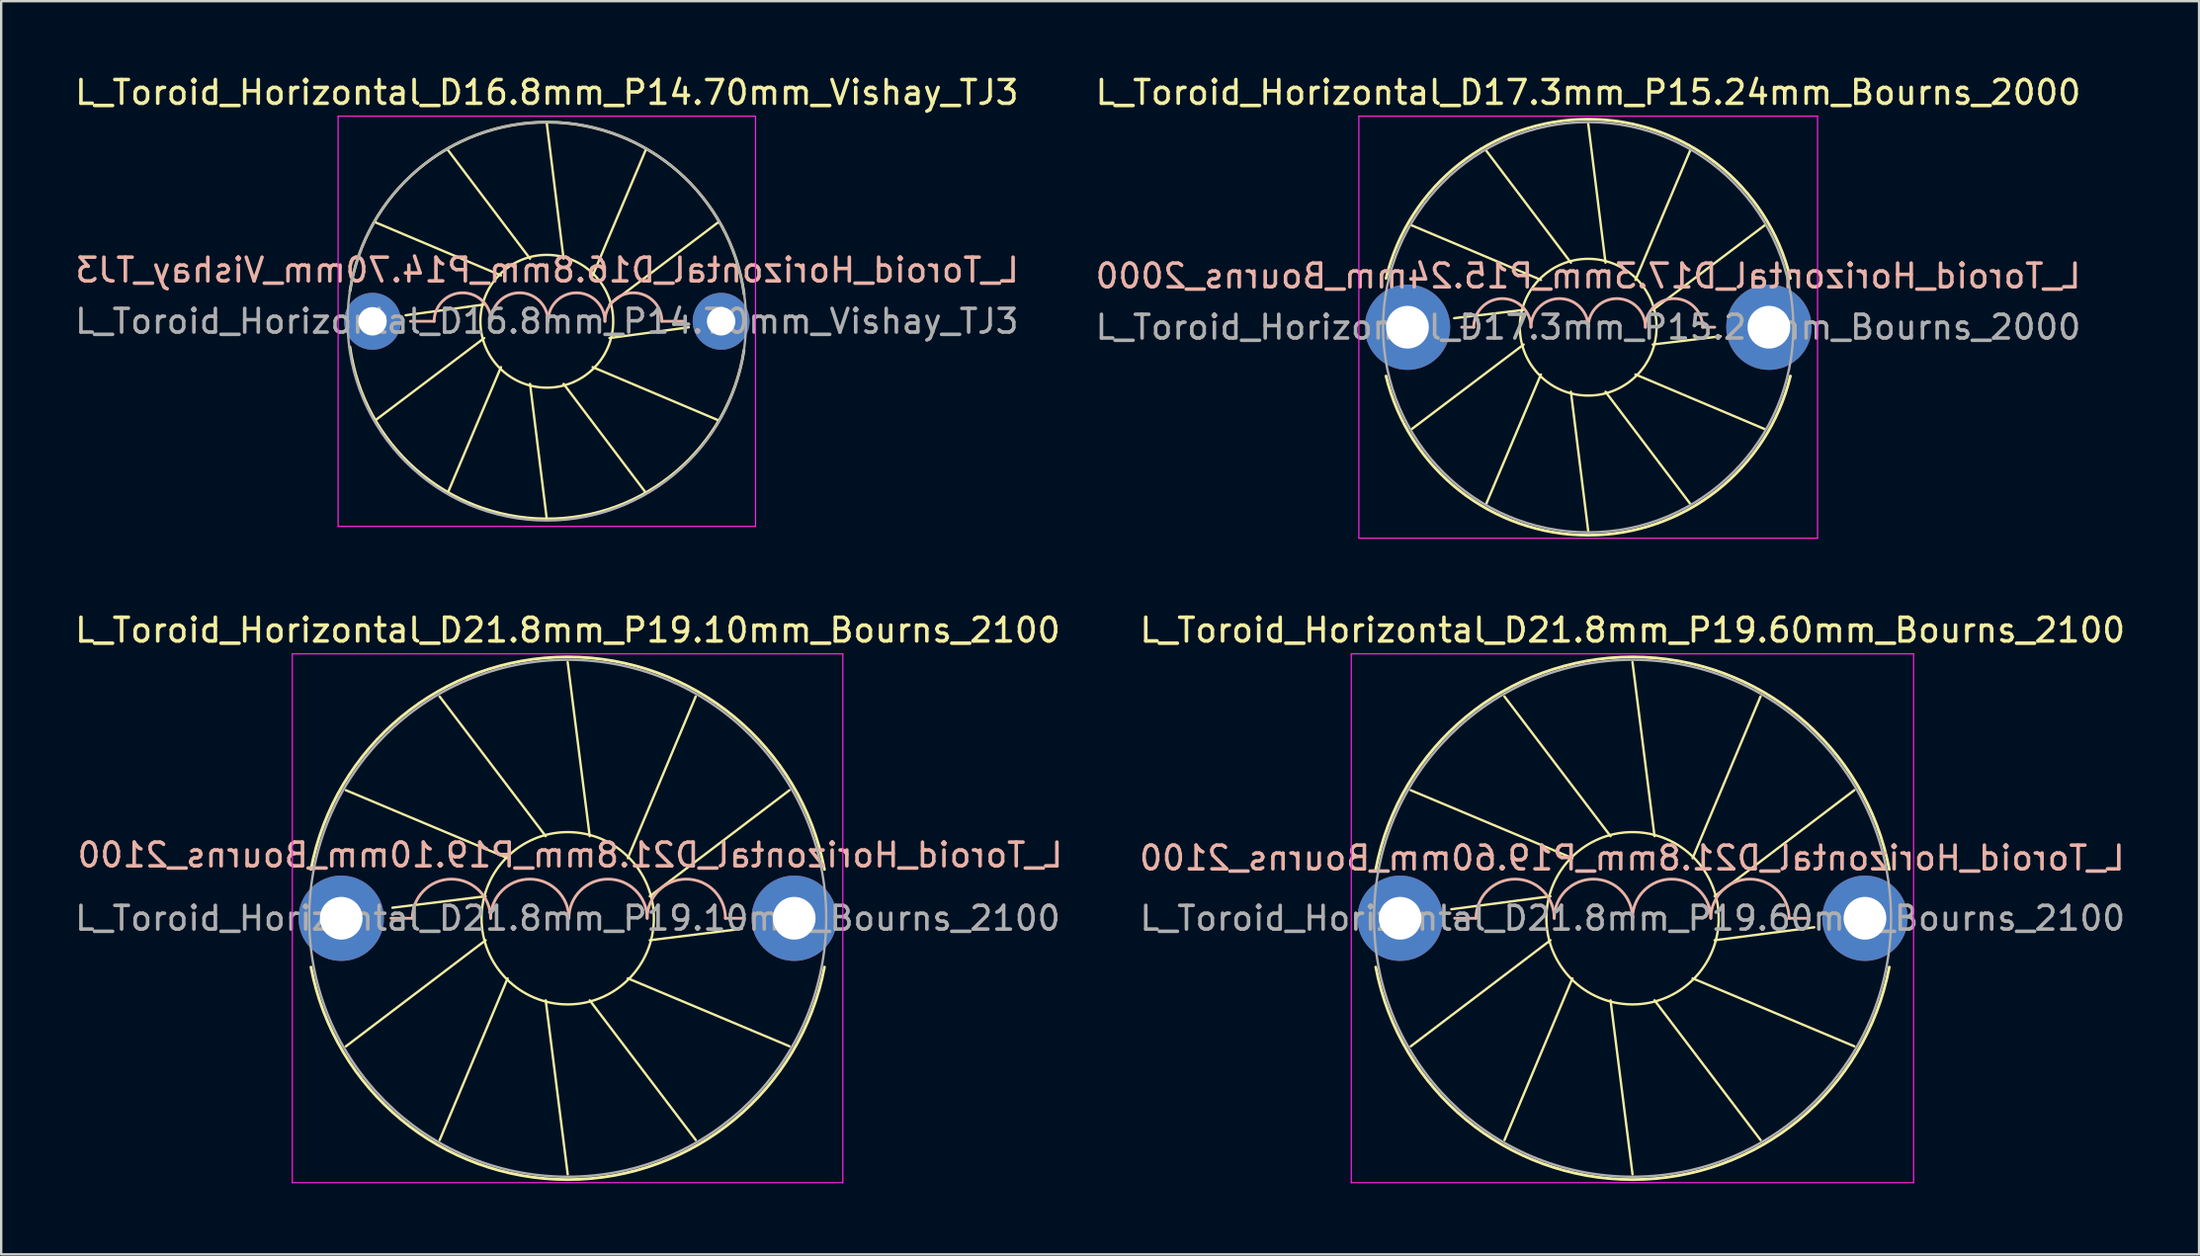
<source format=kicad_pcb>
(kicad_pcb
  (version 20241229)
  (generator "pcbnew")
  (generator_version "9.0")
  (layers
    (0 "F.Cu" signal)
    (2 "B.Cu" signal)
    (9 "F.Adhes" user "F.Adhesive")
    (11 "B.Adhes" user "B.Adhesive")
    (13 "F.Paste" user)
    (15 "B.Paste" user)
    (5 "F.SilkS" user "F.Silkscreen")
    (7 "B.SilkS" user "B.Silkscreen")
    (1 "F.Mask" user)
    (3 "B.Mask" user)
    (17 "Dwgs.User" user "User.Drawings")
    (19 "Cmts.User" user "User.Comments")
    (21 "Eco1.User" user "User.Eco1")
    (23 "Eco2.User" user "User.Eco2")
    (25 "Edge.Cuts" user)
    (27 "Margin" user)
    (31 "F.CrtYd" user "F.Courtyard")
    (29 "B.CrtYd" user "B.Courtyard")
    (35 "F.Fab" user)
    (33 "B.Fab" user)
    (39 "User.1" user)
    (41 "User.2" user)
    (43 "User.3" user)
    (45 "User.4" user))
  (footprint "L_Toroid_Horizontal_D17.3mm_P15.24mm_Bourns_2000"
    (layer "F.Cu")
    (at 56.295 10.748)
    (property "Reference" "L_Toroid_Horizontal_D17.3mm_P15.24mm_Bourns_2000" (at 7.62 -9.9 0) (layer "F.SilkS") (effects (font (size 1 1) (thickness 0.15))))
    (fp_line (start 0.176 -4.296) (end 5.627 -1.993) (stroke (width 0.1) (type solid)) (layer "F.SilkS"))
    (fp_line (start 0.177 4.298) (end 4.898 0.73) (stroke (width 0.1) (type solid)) (layer "F.SilkS"))
    (fp_line (start 1.968 -0.381) (end 4.897 -0.729) (stroke (width 0.1) (type solid)) (layer "F.SilkS"))
    (fp_line (start 3.322 -7.443) (end 6.89 -2.722) (stroke (width 0.1) (type solid)) (layer "F.SilkS"))
    (fp_line (start 3.323 7.443) (end 5.627 1.993) (stroke (width 0.1) (type solid)) (layer "F.SilkS"))
    (fp_line (start 7.619 -8.595) (end 8.349 -2.723) (stroke (width 0.1) (type solid)) (layer "F.SilkS"))
    (fp_line (start 7.62 8.595) (end 6.891 2.723) (stroke (width 0.1) (type solid)) (layer "F.SilkS"))
    (fp_line (start 11.916 -7.444) (end 9.613 -1.993) (stroke (width 0.1) (type solid)) (layer "F.SilkS"))
    (fp_line (start 11.918 7.443) (end 8.35 2.723) (stroke (width 0.1) (type solid)) (layer "F.SilkS"))
    (fp_line (start 13.208 0.381) (end 10.343 0.729) (stroke (width 0.1) (type solid)) (layer "F.SilkS"))
    (fp_line (start 15.062 -4.299) (end 10.342 -0.73) (stroke (width 0.1) (type solid)) (layer "F.SilkS"))
    (fp_line (start 15.063 4.297) (end 9.613 1.993) (stroke (width 0.1) (type solid)) (layer "F.SilkS"))
    (fp_arc (start -0.904629 -2.06) (mid 7.62 -8.77) (end 16.144629 -2.06) (stroke (width 0.12) (type solid)) (layer "F.SilkS"))
    (fp_arc (start 16.144629 2.06) (mid 7.62 8.77) (end -0.904629 2.06) (stroke (width 0.12) (type solid)) (layer "F.SilkS"))
    (fp_circle (center 7.62 0) (end 10.503 0) (stroke (width 0.1) (type solid)) (fill no) (layer "F.SilkS"))
    (fp_line (start 2.286 0) (end 2.794 0) (stroke (width 0.12) (type solid)) (layer "B.SilkS"))
    (fp_line (start 12.954 0) (end 12.446 0) (stroke (width 0.12) (type solid)) (layer "B.SilkS"))
    (fp_arc (start 2.794 0) (mid 4.0005 -1.2065) (end 5.207 0) (stroke (width 0.12) (type solid)) (layer "B.SilkS"))
    (fp_arc (start 5.207 0) (mid 6.4135 -1.2065) (end 7.62 0) (stroke (width 0.12) (type solid)) (layer "B.SilkS"))
    (fp_arc (start 7.62 0) (mid 8.8265 -1.2065) (end 10.033 0) (stroke (width 0.12) (type solid)) (layer "B.SilkS"))
    (fp_arc (start 10.033 0) (mid 11.2395 -1.2065) (end 12.446 0) (stroke (width 0.12) (type solid)) (layer "B.SilkS"))
    (fp_line (start -2.05 -8.9) (end -2.05 8.9) (stroke (width 0.05) (type solid)) (layer "F.CrtYd"))
    (fp_line (start -2.05 8.9) (end 17.29 8.9) (stroke (width 0.05) (type solid)) (layer "F.CrtYd"))
    (fp_line (start 17.29 -8.9) (end -2.05 -8.9) (stroke (width 0.05) (type solid)) (layer "F.CrtYd"))
    (fp_line (start 17.29 8.9) (end 17.29 -8.9) (stroke (width 0.05) (type solid)) (layer "F.CrtYd"))
    (fp_circle (center 7.62 0) (end 16.27 0) (stroke (width 0.1) (type solid)) (fill no) (layer "F.Fab"))
    (fp_text user "${REFERENCE}" (at 7.62 -2.159 0) (layer "B.SilkS") (effects (font (size 1 1) (thickness 0.15)) (justify mirror)))
    (fp_text user "${REFERENCE}" (at 7.62 0 0) (layer "F.Fab") (effects (font (size 1 1) (thickness 0.15))))
    (pad "1" thru_hole circle (at 0 0) (size 3.6 3.6) (drill 1.8) (layers "*.Cu" "*.Mask"))
    (pad "2" thru_hole circle (at 15.24 0) (size 3.6 3.6) (drill 1.8) (layers "*.Cu" "*.Mask")))
  (footprint "L_Toroid_Horizontal_D21.8mm_P19.60mm_Bourns_2100"
    (layer "F.Cu")
    (at 55.984 35.672)
    (property "Reference" "L_Toroid_Horizontal_D21.8mm_P19.60mm_Bourns_2100" (at 9.8 -12.15 0) (layer "F.SilkS") (effects (font (size 1 1) (thickness 0.15))))
    (fp_line (start 0.447 -5.399) (end 7.266 -2.534) (stroke (width 0.1) (type solid)) (layer "F.SilkS"))
    (fp_line (start 0.448 5.401) (end 6.339 0.928) (stroke (width 0.1) (type solid)) (layer "F.SilkS"))
    (fp_line (start 2.159 -0.381) (end 6.338 -0.927) (stroke (width 0.1) (type solid)) (layer "F.SilkS"))
    (fp_line (start 4.399 -9.352) (end 8.872 -3.461) (stroke (width 0.1) (type solid)) (layer "F.SilkS"))
    (fp_line (start 4.401 9.353) (end 7.266 2.534) (stroke (width 0.1) (type solid)) (layer "F.SilkS"))
    (fp_line (start 9.798 -10.8) (end 10.727 -3.462) (stroke (width 0.1) (type solid)) (layer "F.SilkS"))
    (fp_line (start 9.8 10.8) (end 8.873 3.462) (stroke (width 0.1) (type solid)) (layer "F.SilkS"))
    (fp_line (start 15.198 -9.354) (end 12.334 -2.534) (stroke (width 0.1) (type solid)) (layer "F.SilkS"))
    (fp_line (start 15.2 9.353) (end 10.728 3.461) (stroke (width 0.1) (type solid)) (layer "F.SilkS"))
    (fp_line (start 17.462 0.381) (end 13.262 0.927) (stroke (width 0.1) (type solid)) (layer "F.SilkS"))
    (fp_line (start 19.152 -5.401) (end 13.261 -0.928) (stroke (width 0.1) (type solid)) (layer "F.SilkS"))
    (fp_line (start 19.153 5.4) (end 12.334 2.534) (stroke (width 0.1) (type solid)) (layer "F.SilkS"))
    (fp_arc (start -1.025747 -2.06) (mid 9.8 -11.02) (end 20.625747 -2.06) (stroke (width 0.12) (type solid)) (layer "F.SilkS"))
    (fp_arc (start 20.625747 2.06) (mid 9.8 11.02) (end -1.025747 2.06) (stroke (width 0.12) (type solid)) (layer "F.SilkS"))
    (fp_circle (center 9.8 0) (end 13.433 0) (stroke (width 0.1) (type solid)) (fill no) (layer "F.SilkS"))
    (fp_line (start 2.3 0) (end 3.2 0) (stroke (width 0.12) (type solid)) (layer "B.SilkS"))
    (fp_line (start 16.4 0) (end 17.2 0) (stroke (width 0.12) (type solid)) (layer "B.SilkS"))
    (fp_arc (start 3.2 0) (mid 4.85 -1.65) (end 6.5 0) (stroke (width 0.12) (type solid)) (layer "B.SilkS"))
    (fp_arc (start 6.5 0) (mid 8.15 -1.65) (end 9.8 0) (stroke (width 0.12) (type solid)) (layer "B.SilkS"))
    (fp_arc (start 9.8 0) (mid 11.45 -1.65) (end 13.1 0) (stroke (width 0.12) (type solid)) (layer "B.SilkS"))
    (fp_arc (start 13.1 0) (mid 14.75 -1.65) (end 16.4 0) (stroke (width 0.12) (type solid)) (layer "B.SilkS"))
    (fp_line (start -2.06 -11.15) (end -2.06 11.15) (stroke (width 0.05) (type solid)) (layer "F.CrtYd"))
    (fp_line (start -2.06 11.15) (end 21.65 11.15) (stroke (width 0.05) (type solid)) (layer "F.CrtYd"))
    (fp_line (start 21.65 -11.15) (end -2.06 -11.15) (stroke (width 0.05) (type solid)) (layer "F.CrtYd"))
    (fp_line (start 21.65 11.15) (end 21.65 -11.15) (stroke (width 0.05) (type solid)) (layer "F.CrtYd"))
    (fp_circle (center 9.8 0) (end 20.7 0) (stroke (width 0.1) (type solid)) (fill no) (layer "F.Fab"))
    (fp_text user "${REFERENCE}" (at 9.779 -2.54 0) (layer "B.SilkS") (effects (font (size 1 1) (thickness 0.15)) (justify mirror)))
    (fp_text user "${REFERENCE}" (at 9.8 0 0) (layer "F.Fab") (effects (font (size 1 1) (thickness 0.15))))
    (pad "1" thru_hole circle (at 0 0) (size 3.6 3.6) (drill 1.8) (layers "*.Cu" "*.Mask"))
    (pad "2" thru_hole circle (at 19.6 0) (size 3.6 3.6) (drill 1.8) (layers "*.Cu" "*.Mask")))
  (footprint "L_Toroid_Horizontal_D21.8mm_P19.10mm_Bourns_2100"
    (layer "F.Cu")
    (at 11.337 35.672)
    (property "Reference" "L_Toroid_Horizontal_D21.8mm_P19.10mm_Bourns_2100" (at 9.55 -12.15 0) (layer "F.SilkS") (effects (font (size 1 1) (thickness 0.15))))
    (fp_line (start 0.197 -5.399) (end 7.016 -2.534) (stroke (width 0.1) (type solid)) (layer "F.SilkS"))
    (fp_line (start 0.198 5.401) (end 6.089 0.928) (stroke (width 0.1) (type solid)) (layer "F.SilkS"))
    (fp_line (start 2.159 -0.445) (end 6.088 -0.927) (stroke (width 0.1) (type solid)) (layer "F.SilkS"))
    (fp_line (start 4.149 -9.352) (end 8.622 -3.461) (stroke (width 0.1) (type solid)) (layer "F.SilkS"))
    (fp_line (start 4.151 9.353) (end 7.016 2.534) (stroke (width 0.1) (type solid)) (layer "F.SilkS"))
    (fp_line (start 9.548 -10.8) (end 10.477 -3.462) (stroke (width 0.1) (type solid)) (layer "F.SilkS"))
    (fp_line (start 9.55 10.8) (end 8.623 3.462) (stroke (width 0.1) (type solid)) (layer "F.SilkS"))
    (fp_line (start 14.948 -9.354) (end 12.084 -2.534) (stroke (width 0.1) (type solid)) (layer "F.SilkS"))
    (fp_line (start 14.95 9.353) (end 10.478 3.461) (stroke (width 0.1) (type solid)) (layer "F.SilkS"))
    (fp_line (start 16.891 0.445) (end 13.011 0.927) (stroke (width 0.1) (type solid)) (layer "F.SilkS"))
    (fp_line (start 18.902 -5.401) (end 13.011 -0.928) (stroke (width 0.1) (type solid)) (layer "F.SilkS"))
    (fp_line (start 18.903 5.4) (end 12.084 2.534) (stroke (width 0.1) (type solid)) (layer "F.SilkS"))
    (fp_arc (start -1.275747 -2.06) (mid 9.55 -11.02) (end 20.375747 -2.06) (stroke (width 0.12) (type solid)) (layer "F.SilkS"))
    (fp_arc (start 20.375747 2.06) (mid 9.55 11.02) (end -1.275747 2.06) (stroke (width 0.12) (type solid)) (layer "F.SilkS"))
    (fp_circle (center 9.55 0) (end 13.183 0) (stroke (width 0.1) (type solid)) (fill no) (layer "F.SilkS"))
    (fp_line (start 2.1 0) (end 3 0) (stroke (width 0.12) (type solid)) (layer "B.SilkS"))
    (fp_line (start 16.2 0) (end 17 0) (stroke (width 0.12) (type solid)) (layer "B.SilkS"))
    (fp_arc (start 3 0) (mid 4.65 -1.65) (end 6.3 0) (stroke (width 0.12) (type solid)) (layer "B.SilkS"))
    (fp_arc (start 6.3 0) (mid 7.95 -1.65) (end 9.6 0) (stroke (width 0.12) (type solid)) (layer "B.SilkS"))
    (fp_arc (start 9.6 0) (mid 11.25 -1.65) (end 12.9 0) (stroke (width 0.12) (type solid)) (layer "B.SilkS"))
    (fp_arc (start 12.9 0) (mid 14.55 -1.65) (end 16.2 0) (stroke (width 0.12) (type solid)) (layer "B.SilkS"))
    (fp_line (start -2.06 -11.15) (end -2.06 11.15) (stroke (width 0.05) (type solid)) (layer "F.CrtYd"))
    (fp_line (start -2.06 11.15) (end 21.15 11.15) (stroke (width 0.05) (type solid)) (layer "F.CrtYd"))
    (fp_line (start 21.15 -11.15) (end -2.06 -11.15) (stroke (width 0.05) (type solid)) (layer "F.CrtYd"))
    (fp_line (start 21.15 11.15) (end 21.15 -11.15) (stroke (width 0.05) (type solid)) (layer "F.CrtYd"))
    (fp_circle (center 9.55 0) (end 20.45 0) (stroke (width 0.1) (type solid)) (fill no) (layer "F.Fab"))
    (fp_text user "${REFERENCE}" (at 9.652 -2.667 0) (layer "B.SilkS") (effects (font (size 1 1) (thickness 0.15)) (justify mirror)))
    (fp_text user "${REFERENCE}" (at 9.55 0 0) (layer "F.Fab") (effects (font (size 1 1) (thickness 0.15))))
    (pad "1" thru_hole circle (at 0 0) (size 3.6 3.6) (drill 1.8) (layers "*.Cu" "*.Mask"))
    (pad "2" thru_hole circle (at 19.1 0) (size 3.6 3.6) (drill 1.8) (layers "*.Cu" "*.Mask")))
  (footprint "L_Toroid_Horizontal_D16.8mm_P14.70mm_Vishay_TJ3"
    (layer "F.Cu")
    (at 12.656 10.498)
    (property "Reference" "L_Toroid_Horizontal_D16.8mm_P14.70mm_Vishay_TJ3" (at 7.35 -9.65 0) (layer "F.SilkS") (effects (font (size 1 1) (thickness 0.15))))
    (fp_line (start 0.119 -4.174) (end 5.417 -1.933) (stroke (width 0.1) (type solid)) (layer "F.SilkS"))
    (fp_line (start 0.119 4.175) (end 4.71 0.708) (stroke (width 0.1) (type solid)) (layer "F.SilkS"))
    (fp_line (start 1.397 -0.254) (end 4.709 -0.707) (stroke (width 0.1) (type solid)) (layer "F.SilkS"))
    (fp_line (start 3.174 -7.23) (end 6.642 -2.64) (stroke (width 0.1) (type solid)) (layer "F.SilkS"))
    (fp_line (start 3.176 7.231) (end 5.417 1.933) (stroke (width 0.1) (type solid)) (layer "F.SilkS"))
    (fp_line (start 7.349 -8.35) (end 8.057 -2.641) (stroke (width 0.1) (type solid)) (layer "F.SilkS"))
    (fp_line (start 7.35 8.35) (end 6.643 2.64) (stroke (width 0.1) (type solid)) (layer "F.SilkS"))
    (fp_line (start 11.524 -7.232) (end 9.283 -1.933) (stroke (width 0.1) (type solid)) (layer "F.SilkS"))
    (fp_line (start 11.525 7.231) (end 8.058 2.64) (stroke (width 0.1) (type solid)) (layer "F.SilkS"))
    (fp_line (start 13.335 0.254) (end 9.99 0.707) (stroke (width 0.1) (type solid)) (layer "F.SilkS"))
    (fp_line (start 14.58 -4.176) (end 9.99 -0.708) (stroke (width 0.1) (type solid)) (layer "F.SilkS"))
    (fp_line (start 14.581 4.175) (end 9.283 1.933) (stroke (width 0.1) (type solid)) (layer "F.SilkS"))
    (fp_arc (start -0.949019 -1.276773) (mid 7.417592 -8.396386) (end 15.668499 -1.142999) (stroke (width 0.12) (type solid)) (layer "F.SilkS"))
    (fp_arc (start 15.665019 1.213273) (mid 7.298408 8.332886) (end -0.952499 1.079499) (stroke (width 0.12) (type solid)) (layer "F.SilkS"))
    (fp_circle (center 7.35 0) (end 10.15 0) (stroke (width 0.1) (type solid)) (fill no) (layer "F.SilkS"))
    (fp_line (start 1.6 0) (end 2.6 0) (stroke (width 0.12) (type solid)) (layer "B.SilkS"))
    (fp_line (start 13.2 0) (end 12.2 0) (stroke (width 0.12) (type solid)) (layer "B.SilkS"))
    (fp_arc (start 2.6 0) (mid 3.8 -1.2) (end 5 0) (stroke (width 0.12) (type solid)) (layer "B.SilkS"))
    (fp_arc (start 5 0) (mid 6.2 -1.2) (end 7.4 0) (stroke (width 0.12) (type solid)) (layer "B.SilkS"))
    (fp_arc (start 7.4 0) (mid 8.6 -1.2) (end 9.8 0) (stroke (width 0.12) (type solid)) (layer "B.SilkS"))
    (fp_arc (start 9.8 0) (mid 11 -1.2) (end 12.2 0) (stroke (width 0.12) (type solid)) (layer "B.SilkS"))
    (fp_line (start -1.45 -8.65) (end -1.45 8.65) (stroke (width 0.05) (type solid)) (layer "F.CrtYd"))
    (fp_line (start -1.45 8.65) (end 16.15 8.65) (stroke (width 0.05) (type solid)) (layer "F.CrtYd"))
    (fp_line (start 16.15 -8.65) (end -1.45 -8.65) (stroke (width 0.05) (type solid)) (layer "F.CrtYd"))
    (fp_line (start 16.15 8.65) (end 16.15 -8.65) (stroke (width 0.05) (type solid)) (layer "F.CrtYd"))
    (fp_circle (center 7.35 0) (end 15.75 0) (stroke (width 0.1) (type solid)) (fill no) (layer "F.Fab"))
    (fp_text user "${REFERENCE}" (at 7.366 -2.159 0) (layer "B.SilkS") (effects (font (size 1 1) (thickness 0.15)) (justify mirror)))
    (fp_text user "${REFERENCE}" (at 7.35 0 0) (layer "F.Fab") (effects (font (size 1 1) (thickness 0.15))))
    (pad "1" thru_hole circle (at 0 0) (size 2.4 2.4) (drill 1.2) (layers "*.Cu" "*.Mask"))
    (pad "2" thru_hole circle (at 14.7 0) (size 2.4 2.4) (drill 1.2) (layers "*.Cu" "*.Mask")))
  (gr_rect
    (start -3 -3)
    (end 89.671 49.846)
    (stroke (width 0.1) (type default))
    (fill no)
    (layer "Edge.Cuts")))
</source>
